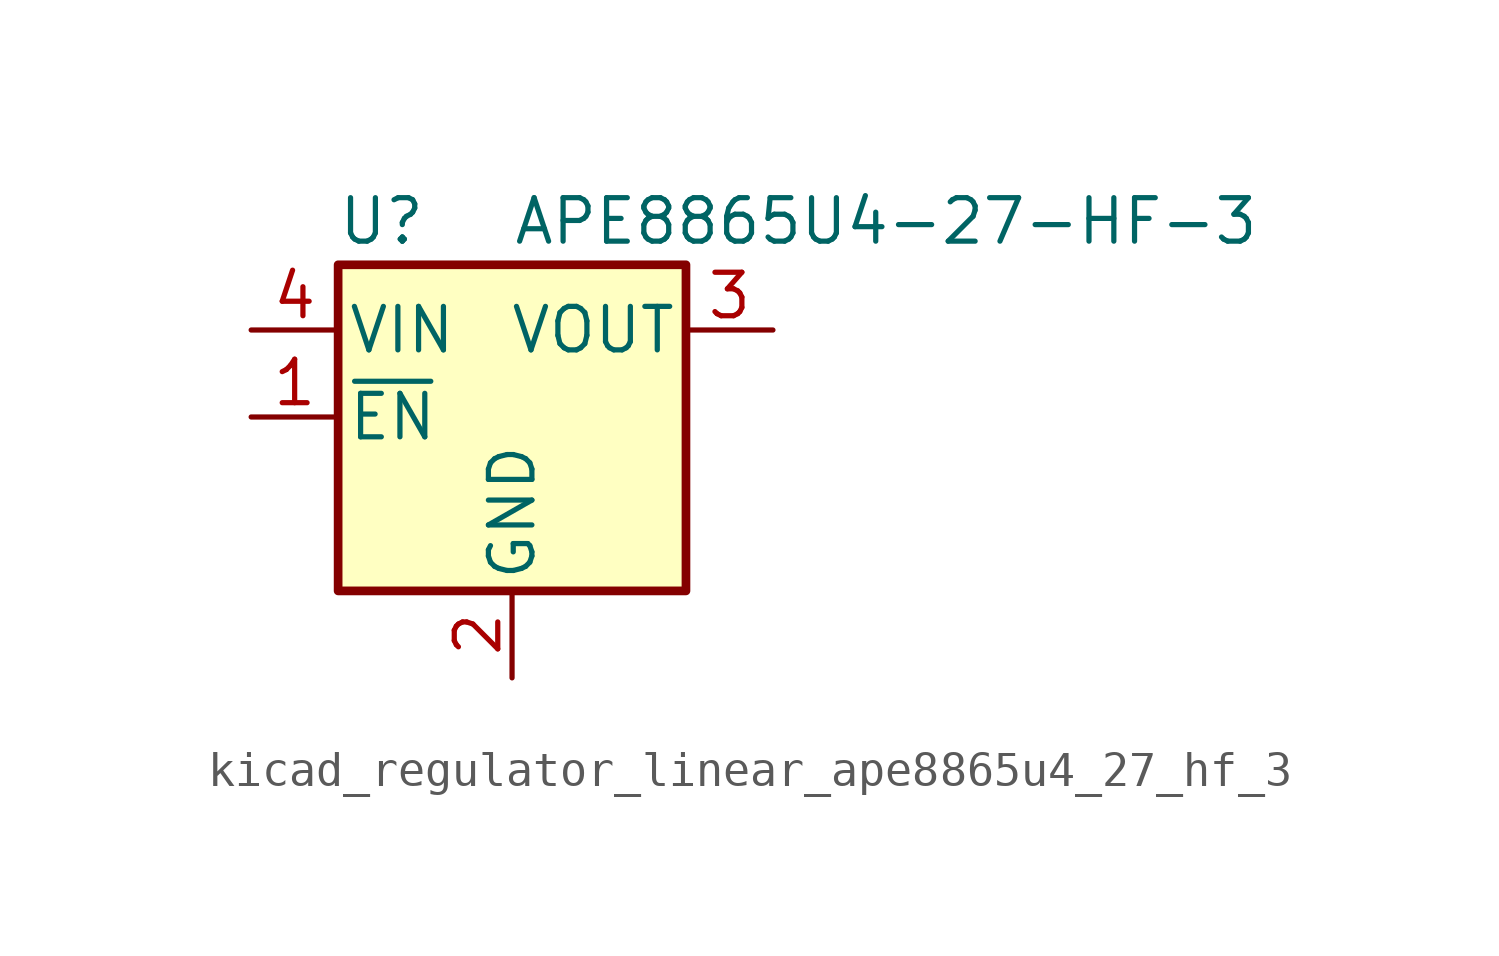
<source format=kicad_sym>
(kicad_symbol_lib
  (version 20220914)
  (generator kicad_symbol_editor)
  (symbol "kicad_regulator_linear_ape8865u4_27_hf_3"
    (pin_names
      (offset 0.254))
    (property "Reference" "U"
      (at -3.81 5.715 0)
      (effects (font (size 1.27 1.27))))
    (property "Value" "APE8865U4-27-HF-3"
      (at 0 5.715 0)
      (effects (font (size 1.27 1.27)) (justify left)))
    (symbol "kicad_regulator_linear_ape8865u4_27_hf_3_0_1"
      (rectangle (start -5.08 4.445) (end 5.08 -5.08) (stroke (width 0.254) (type default)) (fill (type background))))
    (symbol "kicad_regulator_linear_ape8865u4_27_hf_3_1_1"
      (pin input line (at -7.62 0 0) (length 2.54) (name "~{EN}" (effects (font (size 1.27 1.27)))) (number "1" (effects (font (size 1.27 1.27)))))
      (pin power_in line (at 0 -7.62 90) (length 2.54) (name "GND" (effects (font (size 1.27 1.27)))) (number "2" (effects (font (size 1.27 1.27)))))
      (pin power_out line (at 7.62 2.54 180) (length 2.54) (name "VOUT" (effects (font (size 1.27 1.27)))) (number "3" (effects (font (size 1.27 1.27)))))
      (pin power_in line (at -7.62 2.54 0) (length 2.54) (name "VIN" (effects (font (size 1.27 1.27)))) (number "4" (effects (font (size 1.27 1.27))))))))
</source>
